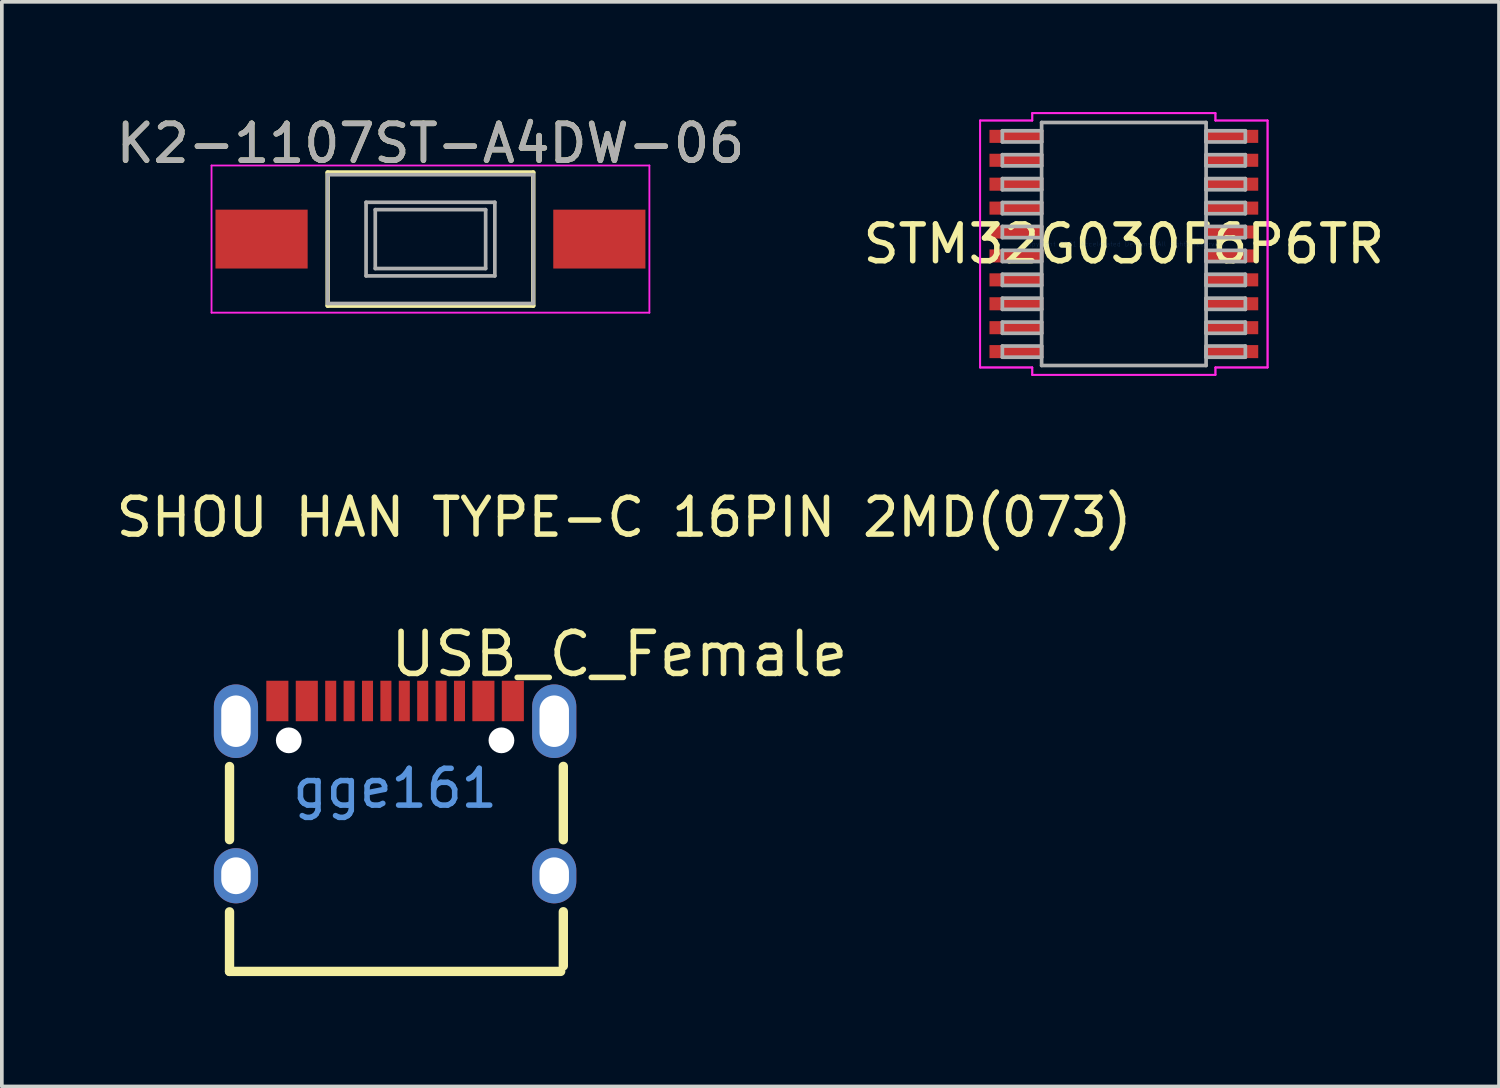
<source format=kicad_pcb>
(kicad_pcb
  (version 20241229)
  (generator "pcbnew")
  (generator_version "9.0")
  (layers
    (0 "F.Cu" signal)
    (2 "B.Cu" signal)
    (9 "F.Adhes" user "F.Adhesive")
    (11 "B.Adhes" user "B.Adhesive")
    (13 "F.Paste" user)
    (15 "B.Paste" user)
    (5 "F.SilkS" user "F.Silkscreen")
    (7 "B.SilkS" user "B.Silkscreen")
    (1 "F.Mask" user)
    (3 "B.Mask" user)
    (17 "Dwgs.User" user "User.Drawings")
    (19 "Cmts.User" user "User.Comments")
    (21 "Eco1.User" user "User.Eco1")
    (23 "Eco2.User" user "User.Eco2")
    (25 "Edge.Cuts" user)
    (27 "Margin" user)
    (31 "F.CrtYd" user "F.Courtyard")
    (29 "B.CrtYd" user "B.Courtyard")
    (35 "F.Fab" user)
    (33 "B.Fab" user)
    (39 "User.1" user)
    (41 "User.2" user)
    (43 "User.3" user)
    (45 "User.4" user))
  (footprint "USB_C_Female"
    (layer "F.Cu")
    (at 7.688 18.376)
    (property "Reference" "USB_C_Female" (at -0.21 -3.645 0) (layer "F.SilkS") (effects (font (size 1.143 1.143) (thickness 0.152)) (justify left)))
    (attr smd)
    (fp_line (start -4.5 1.394) (end -4.5 -0.594) (stroke (width 0.254) (type solid)) (layer "F.SilkS"))
    (fp_line (start -4.5 4.975) (end -4.5 3.356) (stroke (width 0.254) (type solid)) (layer "F.SilkS"))
    (fp_line (start 4.5 4.975) (end -4.5 4.975) (stroke (width 0.254) (type solid)) (layer "F.SilkS"))
    (fp_line (start 4.572 1.397) (end 4.572 -0.597) (stroke (width 0.254) (type solid)) (layer "F.SilkS"))
    (fp_line (start 4.572 4.826) (end 4.572 3.353) (stroke (width 0.254) (type solid)) (layer "F.SilkS"))
    (fp_poly (pts (xy -3.5 -2.925) (xy -2.9 -2.925) (xy -2.9 -1.825) (xy -3.5 -1.825)) (stroke (width 0) (type solid)) (fill yes) (layer "F.Paste"))
    (fp_poly (pts (xy -2.7 -2.925) (xy -2.1 -2.925) (xy -2.1 -1.825) (xy -2.7 -1.825)) (stroke (width 0) (type solid)) (fill yes) (layer "F.Paste"))
    (fp_poly (pts (xy -1.9 -2.925) (xy -1.6 -2.925) (xy -1.6 -1.825) (xy -1.9 -1.825)) (stroke (width 0) (type solid)) (fill yes) (layer "F.Paste"))
    (fp_poly (pts (xy -1.4 -2.925) (xy -1.1 -2.925) (xy -1.1 -1.825) (xy -1.4 -1.825)) (stroke (width 0) (type solid)) (fill yes) (layer "F.Paste"))
    (fp_poly (pts (xy -0.9 -2.925) (xy -0.6 -2.925) (xy -0.6 -1.825) (xy -0.9 -1.825)) (stroke (width 0) (type solid)) (fill yes) (layer "F.Paste"))
    (fp_poly (pts (xy -0.4 -2.925) (xy -0.1 -2.925) (xy -0.1 -1.825) (xy -0.4 -1.825)) (stroke (width 0) (type solid)) (fill yes) (layer "F.Paste"))
    (fp_poly (pts (xy 0.1 -2.925) (xy 0.4 -2.925) (xy 0.4 -1.825) (xy 0.1 -1.825)) (stroke (width 0) (type solid)) (fill yes) (layer "F.Paste"))
    (fp_poly (pts (xy 0.6 -2.925) (xy 0.9 -2.925) (xy 0.9 -1.825) (xy 0.6 -1.825)) (stroke (width 0) (type solid)) (fill yes) (layer "F.Paste"))
    (fp_poly (pts (xy 1.1 -2.925) (xy 1.4 -2.925) (xy 1.4 -1.825) (xy 1.1 -1.825)) (stroke (width 0) (type solid)) (fill yes) (layer "F.Paste"))
    (fp_poly (pts (xy 1.6 -2.925) (xy 1.9 -2.925) (xy 1.9 -1.825) (xy 1.6 -1.825)) (stroke (width 0) (type solid)) (fill yes) (layer "F.Paste"))
    (fp_poly (pts (xy 2.1 -2.925) (xy 2.7 -2.925) (xy 2.7 -1.825) (xy 2.1 -1.825)) (stroke (width 0) (type solid)) (fill yes) (layer "F.Paste"))
    (fp_poly (pts (xy 2.9 -2.925) (xy 3.5 -2.925) (xy 3.5 -1.825) (xy 2.9 -1.825)) (stroke (width 0) (type solid)) (fill yes) (layer "F.Paste"))
    (fp_circle (center -2.89 -1.305) (end -2.765 -1.305) (stroke (width 0.25) (type solid)) (fill no) (layer "Cmts.User"))
    (fp_circle (center 2.89 -1.305) (end 3.015 -1.305) (stroke (width 0.25) (type solid)) (fill no) (layer "Cmts.User"))
    (fp_text user "SHOU HAN TYPE-C 16PIN 2MD(073) " (at 6.604 -7.366 0) (layer "F.SilkS") (effects (font (size 1 1) (thickness 0.15))))
    (fp_text user "gge161" (at 0 0 0) (layer "Cmts.User") (effects (font (size 1 1) (thickness 0.15))))
    (pad "" np_thru_hole circle (at -2.89 -1.305) (size 0.7 0.7) (drill 0.7) (layers "*.Cu" "*.Mask"))
    (pad "" np_thru_hole circle (at 2.89 -1.305) (size 0.7 0.7) (drill 0.7) (layers "*.Cu" "*.Mask"))
    (pad "1" smd rect (at -3.2 -2.375) (size 0.6 1.1) (layers "F.Cu" "F.Mask" "F.Paste"))
    (pad "2" smd rect (at -2.4 -2.375) (size 0.6 1.1) (layers "F.Cu" "F.Mask" "F.Paste"))
    (pad "3" smd rect (at -1.75 -2.375) (size 0.3 1.1) (layers "F.Cu" "F.Mask" "F.Paste"))
    (pad "4" smd rect (at -1.25 -2.375) (size 0.3 1.1) (layers "F.Cu" "F.Mask" "F.Paste"))
    (pad "5" smd rect (at -0.75 -2.375) (size 0.3 1.1) (layers "F.Cu" "F.Mask" "F.Paste"))
    (pad "6" smd rect (at -0.25 -2.375) (size 0.3 1.1) (layers "F.Cu" "F.Mask" "F.Paste"))
    (pad "7" smd rect (at 0.25 -2.375) (size 0.3 1.1) (layers "F.Cu" "F.Mask" "F.Paste"))
    (pad "8" smd rect (at 0.75 -2.375) (size 0.3 1.1) (layers "F.Cu" "F.Mask" "F.Paste"))
    (pad "9" smd rect (at 1.25 -2.375) (size 0.3 1.1) (layers "F.Cu" "F.Mask" "F.Paste"))
    (pad "10" smd rect (at 1.75 -2.375) (size 0.3 1.1) (layers "F.Cu" "F.Mask" "F.Paste"))
    (pad "11" smd rect (at 2.4 -2.375) (size 0.6 1.1) (layers "F.Cu" "F.Mask" "F.Paste"))
    (pad "12" smd rect (at 3.2 -2.375) (size 0.6 1.1) (layers "F.Cu" "F.Mask" "F.Paste"))
    (pad "13" thru_hole oval (at -4.325 -1.825) (size 1.2 2) (drill oval 0.8 1.4) (layers "*.Cu" "*.Paste" "*.Mask"))
    (pad "13" thru_hole oval (at -4.325 2.375) (size 1.2 1.5) (drill oval 0.8 1) (layers "*.Cu" "*.Paste" "*.Mask"))
    (pad "14" thru_hole oval (at 4.325 -1.825) (size 1.2 2) (drill oval 0.8 1.4) (layers "*.Cu" "*.Paste" "*.Mask"))
    (pad "14" thru_hole oval (at 4.325 2.375) (size 1.2 1.5) (drill oval 0.8 1) (layers "*.Cu" "*.Paste" "*.Mask")))
  (footprint "K2-1107ST-A4DW-06"
    (layer "F.Cu")
    (at 8.649 3.448)
    (property "Reference" "K2-1107ST-A4DW-06" (at 0 -2.6 0) (layer "F.SilkS") (effects (font (size 1 1) (thickness 0.15))))
    (attr smd)
    (fp_line (start -2.794 -1.81) (end 2.794 -1.81) (stroke (width 0.12) (type solid)) (layer "F.SilkS"))
    (fp_line (start -2.794 1.81) (end -2.794 -1.81) (stroke (width 0.12) (type solid)) (layer "F.SilkS"))
    (fp_line (start 2.794 -1.81) (end 2.794 1.81) (stroke (width 0.12) (type solid)) (layer "F.SilkS"))
    (fp_line (start 2.794 1.81) (end -2.794 1.81) (stroke (width 0.12) (type solid)) (layer "F.SilkS"))
    (fp_line (start -5.95 -2) (end -5.95 2) (stroke (width 0.05) (type solid)) (layer "F.CrtYd"))
    (fp_line (start -5.95 -2) (end 5.95 -2) (stroke (width 0.05) (type solid)) (layer "F.CrtYd"))
    (fp_line (start -5.95 2) (end 5.95 2) (stroke (width 0.05) (type solid)) (layer "F.CrtYd"))
    (fp_line (start 5.95 -2) (end 5.95 2) (stroke (width 0.05) (type solid)) (layer "F.CrtYd"))
    (fp_line (start -2.794 -1.75) (end -2.794 1.75) (stroke (width 0.1) (type solid)) (layer "F.Fab"))
    (fp_line (start -2.794 -1.75) (end 2.794 -1.75) (stroke (width 0.1) (type solid)) (layer "F.Fab"))
    (fp_line (start -2.794 1.75) (end 2.794 1.75) (stroke (width 0.1) (type solid)) (layer "F.Fab"))
    (fp_line (start -1.75 -1) (end 1.75 -1) (stroke (width 0.1) (type solid)) (layer "F.Fab"))
    (fp_line (start -1.75 1) (end -1.75 -1) (stroke (width 0.1) (type solid)) (layer "F.Fab"))
    (fp_line (start -1.5 -0.8) (end -1.5 0.8) (stroke (width 0.1) (type solid)) (layer "F.Fab"))
    (fp_line (start -1.5 -0.8) (end 1.5 -0.8) (stroke (width 0.1) (type solid)) (layer "F.Fab"))
    (fp_line (start -1.5 0.8) (end 1.5 0.8) (stroke (width 0.1) (type solid)) (layer "F.Fab"))
    (fp_line (start 1.5 -0.8) (end 1.5 0.8) (stroke (width 0.1) (type solid)) (layer "F.Fab"))
    (fp_line (start 1.75 -1) (end 1.75 1) (stroke (width 0.1) (type solid)) (layer "F.Fab"))
    (fp_line (start 1.75 1) (end -1.75 1) (stroke (width 0.1) (type solid)) (layer "F.Fab"))
    (fp_line (start 2.794 -1.75) (end 2.794 1.75) (stroke (width 0.1) (type solid)) (layer "F.Fab"))
    (fp_text user "${REFERENCE}" (at 0 -2.6 0) (layer "F.Fab") (effects (font (size 1 1) (thickness 0.15))))
    (pad "1" smd rect (at -4.59 0) (size 2.505 1.6) (layers "F.Cu" "F.Mask" "F.Paste"))
    (pad "2" smd rect (at 4.59 0) (size 2.505 1.6) (layers "F.Cu" "F.Mask" "F.Paste")))
  (footprint "STM32G030F6P6TR"
    (layer "F.Cu")
    (at 27.494 3.581)
    (property "Reference" "STM32G030F6P6TR" (at 0 0 0) (layer "F.SilkS") (effects (font (size 1 1) (thickness 0.15))))
    (attr through_hole)
    (fp_line (start -3.906 -3.356) (end -2.489 -3.356) (stroke (width 0.05) (type solid)) (layer "F.CrtYd"))
    (fp_line (start -3.906 -3.356) (end -2.489 -3.356) (stroke (width 0.05) (type solid)) (layer "F.CrtYd"))
    (fp_line (start -3.906 3.356) (end -3.906 -3.356) (stroke (width 0.05) (type solid)) (layer "F.CrtYd"))
    (fp_line (start -3.906 3.356) (end -3.906 -3.356) (stroke (width 0.05) (type solid)) (layer "F.CrtYd"))
    (fp_line (start -3.906 3.356) (end -2.489 3.356) (stroke (width 0.05) (type solid)) (layer "F.CrtYd"))
    (fp_line (start -2.489 -3.556) (end 2.489 -3.556) (stroke (width 0.05) (type solid)) (layer "F.CrtYd"))
    (fp_line (start -2.489 -3.556) (end 2.489 -3.556) (stroke (width 0.05) (type solid)) (layer "F.CrtYd"))
    (fp_line (start -2.489 -3.356) (end -2.489 -3.556) (stroke (width 0.05) (type solid)) (layer "F.CrtYd"))
    (fp_line (start -2.489 -3.356) (end -2.489 -3.556) (stroke (width 0.05) (type solid)) (layer "F.CrtYd"))
    (fp_line (start -2.489 3.356) (end -3.906 3.356) (stroke (width 0.05) (type solid)) (layer "F.CrtYd"))
    (fp_line (start -2.489 3.556) (end -2.489 3.356) (stroke (width 0.05) (type solid)) (layer "F.CrtYd"))
    (fp_line (start -2.489 3.556) (end -2.489 3.356) (stroke (width 0.05) (type solid)) (layer "F.CrtYd"))
    (fp_line (start 2.489 -3.556) (end 2.489 -3.356) (stroke (width 0.05) (type solid)) (layer "F.CrtYd"))
    (fp_line (start 2.489 -3.556) (end 2.489 -3.356) (stroke (width 0.05) (type solid)) (layer "F.CrtYd"))
    (fp_line (start 2.489 -3.356) (end 3.906 -3.356) (stroke (width 0.05) (type solid)) (layer "F.CrtYd"))
    (fp_line (start 2.489 3.356) (end 2.489 3.556) (stroke (width 0.05) (type solid)) (layer "F.CrtYd"))
    (fp_line (start 2.489 3.356) (end 2.489 3.556) (stroke (width 0.05) (type solid)) (layer "F.CrtYd"))
    (fp_line (start 2.489 3.556) (end -2.489 3.556) (stroke (width 0.05) (type solid)) (layer "F.CrtYd"))
    (fp_line (start 2.489 3.556) (end -2.489 3.556) (stroke (width 0.05) (type solid)) (layer "F.CrtYd"))
    (fp_line (start 3.906 -3.356) (end 2.489 -3.356) (stroke (width 0.05) (type solid)) (layer "F.CrtYd"))
    (fp_line (start 3.906 -3.356) (end 3.906 3.356) (stroke (width 0.05) (type solid)) (layer "F.CrtYd"))
    (fp_line (start 3.906 -3.356) (end 3.906 3.356) (stroke (width 0.05) (type solid)) (layer "F.CrtYd"))
    (fp_line (start 3.906 3.356) (end 2.489 3.356) (stroke (width 0.05) (type solid)) (layer "F.CrtYd"))
    (fp_line (start 3.906 3.356) (end 2.489 3.356) (stroke (width 0.05) (type solid)) (layer "F.CrtYd"))
    (fp_line (start -3.302 -3.077) (end -3.302 -2.773) (stroke (width 0.1) (type solid)) (layer "F.Fab"))
    (fp_line (start -3.302 -2.773) (end -2.235 -2.773) (stroke (width 0.1) (type solid)) (layer "F.Fab"))
    (fp_line (start -3.302 -2.427) (end -3.302 -2.123) (stroke (width 0.1) (type solid)) (layer "F.Fab"))
    (fp_line (start -3.302 -2.123) (end -2.235 -2.123) (stroke (width 0.1) (type solid)) (layer "F.Fab"))
    (fp_line (start -3.302 -1.777) (end -3.302 -1.473) (stroke (width 0.1) (type solid)) (layer "F.Fab"))
    (fp_line (start -3.302 -1.473) (end -2.235 -1.473) (stroke (width 0.1) (type solid)) (layer "F.Fab"))
    (fp_line (start -3.302 -1.127) (end -3.302 -0.823) (stroke (width 0.1) (type solid)) (layer "F.Fab"))
    (fp_line (start -3.302 -0.823) (end -2.235 -0.823) (stroke (width 0.1) (type solid)) (layer "F.Fab"))
    (fp_line (start -3.302 -0.477) (end -3.302 -0.173) (stroke (width 0.1) (type solid)) (layer "F.Fab"))
    (fp_line (start -3.302 -0.173) (end -2.235 -0.173) (stroke (width 0.1) (type solid)) (layer "F.Fab"))
    (fp_line (start -3.302 0.173) (end -3.302 0.477) (stroke (width 0.1) (type solid)) (layer "F.Fab"))
    (fp_line (start -3.302 0.477) (end -2.235 0.477) (stroke (width 0.1) (type solid)) (layer "F.Fab"))
    (fp_line (start -3.302 0.823) (end -3.302 1.127) (stroke (width 0.1) (type solid)) (layer "F.Fab"))
    (fp_line (start -3.302 1.127) (end -2.235 1.127) (stroke (width 0.1) (type solid)) (layer "F.Fab"))
    (fp_line (start -3.302 1.473) (end -3.302 1.777) (stroke (width 0.1) (type solid)) (layer "F.Fab"))
    (fp_line (start -3.302 1.777) (end -2.235 1.777) (stroke (width 0.1) (type solid)) (layer "F.Fab"))
    (fp_line (start -3.302 2.123) (end -3.302 2.427) (stroke (width 0.1) (type solid)) (layer "F.Fab"))
    (fp_line (start -3.302 2.427) (end -2.235 2.427) (stroke (width 0.1) (type solid)) (layer "F.Fab"))
    (fp_line (start -3.302 2.773) (end -3.302 3.077) (stroke (width 0.1) (type solid)) (layer "F.Fab"))
    (fp_line (start -3.302 3.077) (end -2.235 3.077) (stroke (width 0.1) (type solid)) (layer "F.Fab"))
    (fp_line (start -2.235 -3.302) (end -2.235 3.302) (stroke (width 0.1) (type solid)) (layer "F.Fab"))
    (fp_line (start -2.235 -3.077) (end -3.302 -3.077) (stroke (width 0.1) (type solid)) (layer "F.Fab"))
    (fp_line (start -2.235 -2.773) (end -2.235 -3.077) (stroke (width 0.1) (type solid)) (layer "F.Fab"))
    (fp_line (start -2.235 -2.427) (end -3.302 -2.427) (stroke (width 0.1) (type solid)) (layer "F.Fab"))
    (fp_line (start -2.235 -2.123) (end -2.235 -2.427) (stroke (width 0.1) (type solid)) (layer "F.Fab"))
    (fp_line (start -2.235 -1.777) (end -3.302 -1.777) (stroke (width 0.1) (type solid)) (layer "F.Fab"))
    (fp_line (start -2.235 -1.473) (end -2.235 -1.777) (stroke (width 0.1) (type solid)) (layer "F.Fab"))
    (fp_line (start -2.235 -1.127) (end -3.302 -1.127) (stroke (width 0.1) (type solid)) (layer "F.Fab"))
    (fp_line (start -2.235 -0.823) (end -2.235 -1.127) (stroke (width 0.1) (type solid)) (layer "F.Fab"))
    (fp_line (start -2.235 -0.477) (end -3.302 -0.477) (stroke (width 0.1) (type solid)) (layer "F.Fab"))
    (fp_line (start -2.235 -0.173) (end -2.235 -0.477) (stroke (width 0.1) (type solid)) (layer "F.Fab"))
    (fp_line (start -2.235 0.173) (end -3.302 0.173) (stroke (width 0.1) (type solid)) (layer "F.Fab"))
    (fp_line (start -2.235 0.477) (end -2.235 0.173) (stroke (width 0.1) (type solid)) (layer "F.Fab"))
    (fp_line (start -2.235 0.823) (end -3.302 0.823) (stroke (width 0.1) (type solid)) (layer "F.Fab"))
    (fp_line (start -2.235 1.127) (end -2.235 0.823) (stroke (width 0.1) (type solid)) (layer "F.Fab"))
    (fp_line (start -2.235 1.473) (end -3.302 1.473) (stroke (width 0.1) (type solid)) (layer "F.Fab"))
    (fp_line (start -2.235 1.777) (end -2.235 1.473) (stroke (width 0.1) (type solid)) (layer "F.Fab"))
    (fp_line (start -2.235 2.123) (end -3.302 2.123) (stroke (width 0.1) (type solid)) (layer "F.Fab"))
    (fp_line (start -2.235 2.427) (end -2.235 2.123) (stroke (width 0.1) (type solid)) (layer "F.Fab"))
    (fp_line (start -2.235 2.773) (end -3.302 2.773) (stroke (width 0.1) (type solid)) (layer "F.Fab"))
    (fp_line (start -2.235 3.077) (end -2.235 2.773) (stroke (width 0.1) (type solid)) (layer "F.Fab"))
    (fp_line (start -2.235 3.302) (end 2.235 3.302) (stroke (width 0.1) (type solid)) (layer "F.Fab"))
    (fp_line (start 2.235 -3.302) (end -2.235 -3.302) (stroke (width 0.1) (type solid)) (layer "F.Fab"))
    (fp_line (start 2.235 -3.077) (end 2.235 -2.773) (stroke (width 0.1) (type solid)) (layer "F.Fab"))
    (fp_line (start 2.235 -2.773) (end 3.302 -2.773) (stroke (width 0.1) (type solid)) (layer "F.Fab"))
    (fp_line (start 2.235 -2.427) (end 2.235 -2.123) (stroke (width 0.1) (type solid)) (layer "F.Fab"))
    (fp_line (start 2.235 -2.123) (end 3.302 -2.123) (stroke (width 0.1) (type solid)) (layer "F.Fab"))
    (fp_line (start 2.235 -1.777) (end 2.235 -1.473) (stroke (width 0.1) (type solid)) (layer "F.Fab"))
    (fp_line (start 2.235 -1.473) (end 3.302 -1.473) (stroke (width 0.1) (type solid)) (layer "F.Fab"))
    (fp_line (start 2.235 -1.127) (end 2.235 -0.823) (stroke (width 0.1) (type solid)) (layer "F.Fab"))
    (fp_line (start 2.235 -0.823) (end 3.302 -0.823) (stroke (width 0.1) (type solid)) (layer "F.Fab"))
    (fp_line (start 2.235 -0.477) (end 2.235 -0.173) (stroke (width 0.1) (type solid)) (layer "F.Fab"))
    (fp_line (start 2.235 -0.173) (end 3.302 -0.173) (stroke (width 0.1) (type solid)) (layer "F.Fab"))
    (fp_line (start 2.235 0.173) (end 2.235 0.477) (stroke (width 0.1) (type solid)) (layer "F.Fab"))
    (fp_line (start 2.235 0.477) (end 3.302 0.477) (stroke (width 0.1) (type solid)) (layer "F.Fab"))
    (fp_line (start 2.235 0.823) (end 2.235 1.127) (stroke (width 0.1) (type solid)) (layer "F.Fab"))
    (fp_line (start 2.235 1.127) (end 3.302 1.127) (stroke (width 0.1) (type solid)) (layer "F.Fab"))
    (fp_line (start 2.235 1.473) (end 2.235 1.777) (stroke (width 0.1) (type solid)) (layer "F.Fab"))
    (fp_line (start 2.235 1.777) (end 3.302 1.777) (stroke (width 0.1) (type solid)) (layer "F.Fab"))
    (fp_line (start 2.235 2.123) (end 2.235 2.427) (stroke (width 0.1) (type solid)) (layer "F.Fab"))
    (fp_line (start 2.235 2.427) (end 3.302 2.427) (stroke (width 0.1) (type solid)) (layer "F.Fab"))
    (fp_line (start 2.235 2.773) (end 2.235 3.077) (stroke (width 0.1) (type solid)) (layer "F.Fab"))
    (fp_line (start 2.235 3.077) (end 3.302 3.077) (stroke (width 0.1) (type solid)) (layer "F.Fab"))
    (fp_line (start 2.235 3.302) (end 2.235 -3.302) (stroke (width 0.1) (type solid)) (layer "F.Fab"))
    (fp_line (start 3.302 -3.077) (end 2.235 -3.077) (stroke (width 0.1) (type solid)) (layer "F.Fab"))
    (fp_line (start 3.302 -2.773) (end 3.302 -3.077) (stroke (width 0.1) (type solid)) (layer "F.Fab"))
    (fp_line (start 3.302 -2.427) (end 2.235 -2.427) (stroke (width 0.1) (type solid)) (layer "F.Fab"))
    (fp_line (start 3.302 -2.123) (end 3.302 -2.427) (stroke (width 0.1) (type solid)) (layer "F.Fab"))
    (fp_line (start 3.302 -1.777) (end 2.235 -1.777) (stroke (width 0.1) (type solid)) (layer "F.Fab"))
    (fp_line (start 3.302 -1.473) (end 3.302 -1.777) (stroke (width 0.1) (type solid)) (layer "F.Fab"))
    (fp_line (start 3.302 -1.127) (end 2.235 -1.127) (stroke (width 0.1) (type solid)) (layer "F.Fab"))
    (fp_line (start 3.302 -0.823) (end 3.302 -1.127) (stroke (width 0.1) (type solid)) (layer "F.Fab"))
    (fp_line (start 3.302 -0.477) (end 2.235 -0.477) (stroke (width 0.1) (type solid)) (layer "F.Fab"))
    (fp_line (start 3.302 -0.173) (end 3.302 -0.477) (stroke (width 0.1) (type solid)) (layer "F.Fab"))
    (fp_line (start 3.302 0.173) (end 2.235 0.173) (stroke (width 0.1) (type solid)) (layer "F.Fab"))
    (fp_line (start 3.302 0.477) (end 3.302 0.173) (stroke (width 0.1) (type solid)) (layer "F.Fab"))
    (fp_line (start 3.302 0.823) (end 2.235 0.823) (stroke (width 0.1) (type solid)) (layer "F.Fab"))
    (fp_line (start 3.302 1.127) (end 3.302 0.823) (stroke (width 0.1) (type solid)) (layer "F.Fab"))
    (fp_line (start 3.302 1.473) (end 2.235 1.473) (stroke (width 0.1) (type solid)) (layer "F.Fab"))
    (fp_line (start 3.302 1.777) (end 3.302 1.473) (stroke (width 0.1) (type solid)) (layer "F.Fab"))
    (fp_line (start 3.302 2.123) (end 2.235 2.123) (stroke (width 0.1) (type solid)) (layer "F.Fab"))
    (fp_line (start 3.302 2.427) (end 3.302 2.123) (stroke (width 0.1) (type solid)) (layer "F.Fab"))
    (fp_line (start 3.302 2.773) (end 2.235 2.773) (stroke (width 0.1) (type solid)) (layer "F.Fab"))
    (fp_line (start 3.302 3.077) (end 3.302 2.773) (stroke (width 0.1) (type solid)) (layer "F.Fab"))
    (fp_text user "Copyright 2021 Accelerated Designs. All rights reserved." (at 0 0 0) (layer "Cmts.User") (effects (font (size 0.127 0.127) (thickness 0.002))))
    (pad "1" smd rect (at -2.921 -2.925) (size 1.462 0.355) (layers "F.Cu" "F.Mask" "F.Paste"))
    (pad "2" smd rect (at -2.921 -2.275) (size 1.462 0.355) (layers "F.Cu" "F.Mask" "F.Paste"))
    (pad "3" smd rect (at -2.921 -1.625) (size 1.462 0.355) (layers "F.Cu" "F.Mask" "F.Paste"))
    (pad "4" smd rect (at -2.921 -0.975) (size 1.462 0.355) (layers "F.Cu" "F.Mask" "F.Paste"))
    (pad "5" smd rect (at -2.921 -0.325) (size 1.462 0.355) (layers "F.Cu" "F.Mask" "F.Paste"))
    (pad "6" smd rect (at -2.921 0.325) (size 1.462 0.355) (layers "F.Cu" "F.Mask" "F.Paste"))
    (pad "7" smd rect (at -2.921 0.975) (size 1.462 0.355) (layers "F.Cu" "F.Mask" "F.Paste"))
    (pad "8" smd rect (at -2.921 1.625) (size 1.462 0.355) (layers "F.Cu" "F.Mask" "F.Paste"))
    (pad "9" smd rect (at -2.921 2.275) (size 1.462 0.355) (layers "F.Cu" "F.Mask" "F.Paste"))
    (pad "10" smd rect (at -2.921 2.925) (size 1.462 0.355) (layers "F.Cu" "F.Mask" "F.Paste"))
    (pad "11" smd rect (at 2.921 2.925) (size 1.462 0.355) (layers "F.Cu" "F.Mask" "F.Paste"))
    (pad "12" smd rect (at 2.921 2.275) (size 1.462 0.355) (layers "F.Cu" "F.Mask" "F.Paste"))
    (pad "13" smd rect (at 2.921 1.625) (size 1.462 0.355) (layers "F.Cu" "F.Mask" "F.Paste"))
    (pad "14" smd rect (at 2.921 0.975) (size 1.462 0.355) (layers "F.Cu" "F.Mask" "F.Paste"))
    (pad "15" smd rect (at 2.921 0.325) (size 1.462 0.355) (layers "F.Cu" "F.Mask" "F.Paste"))
    (pad "16" smd rect (at 2.921 -0.325) (size 1.462 0.355) (layers "F.Cu" "F.Mask" "F.Paste"))
    (pad "17" smd rect (at 2.921 -0.975) (size 1.462 0.355) (layers "F.Cu" "F.Mask" "F.Paste"))
    (pad "18" smd rect (at 2.921 -1.625) (size 1.462 0.355) (layers "F.Cu" "F.Mask" "F.Paste"))
    (pad "19" smd rect (at 2.921 -2.275) (size 1.462 0.355) (layers "F.Cu" "F.Mask" "F.Paste"))
    (pad "20" smd rect (at 2.921 -2.925) (size 1.462 0.355) (layers "F.Cu" "F.Mask" "F.Paste")))
  (gr_rect
    (start -3 -3)
    (end 37.69 26.478)
    (stroke (width 0.1) (type default))
    (fill no)
    (layer "Edge.Cuts")))
</source>
